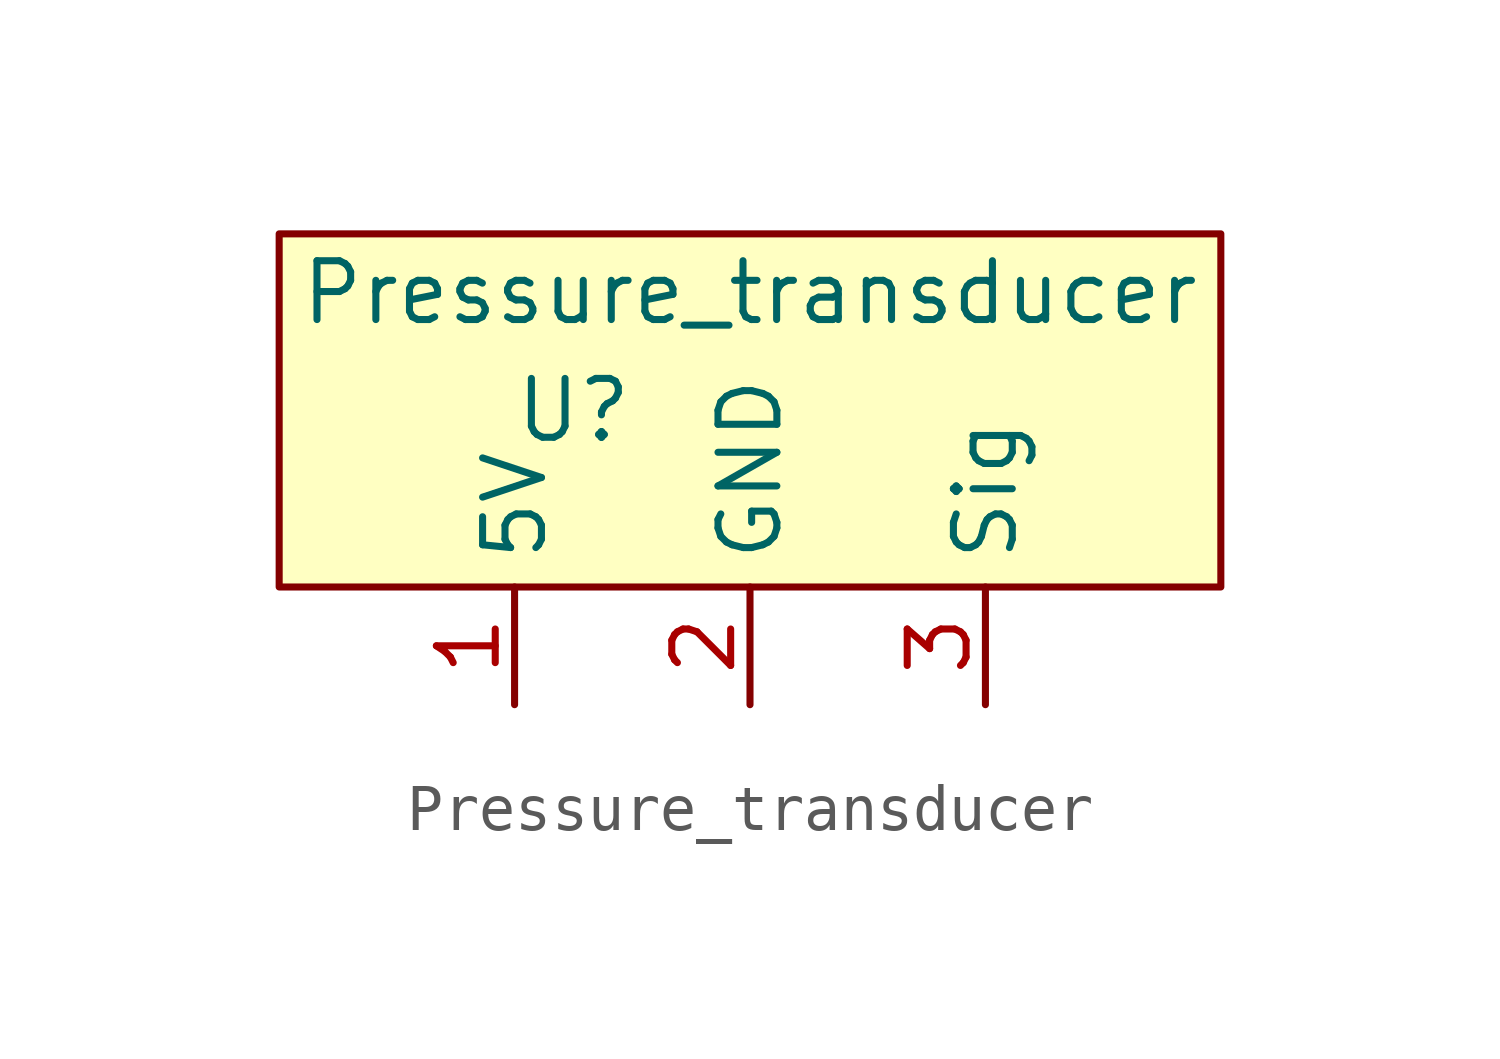
<source format=kicad_sym>
(kicad_symbol_lib
  (version 20211014)
  (generator kicad_symbol_editor)
  (symbol "Pressure_transducer"
    (property "Reference" "U"
      (at -3.81 1.27 0)
      (effects (font (size 1.27 1.27))))
    (property "Value" "Pressure_transducer"
      (at 0 3.81 0)
      (effects (font (size 1.27 1.27))))
    (symbol "Pressure_transducer_0_1"
      (rectangle (start -10.16 5.08) (end 10.16 -2.54) (stroke (width 0) (type default) (color 0 0 0 0)) (fill (type background))))
    (symbol "Pressure_transducer_1_1"
      (pin power_in line (at -5.08 -5.08 90) (length 2.54) (name "5V" (effects (font (size 1.27 1.27)))) (number "1" (effects (font (size 1.27 1.27)))))
      (pin power_out line (at 0 -5.08 90) (length 2.54) (name "GND" (effects (font (size 1.27 1.27)))) (number "2" (effects (font (size 1.27 1.27)))))
      (pin power_out line (at 5.08 -5.08 90) (length 2.54) (name "Sig" (effects (font (size 1.27 1.27)))) (number "3" (effects (font (size 1.27 1.27))))))))
</source>
